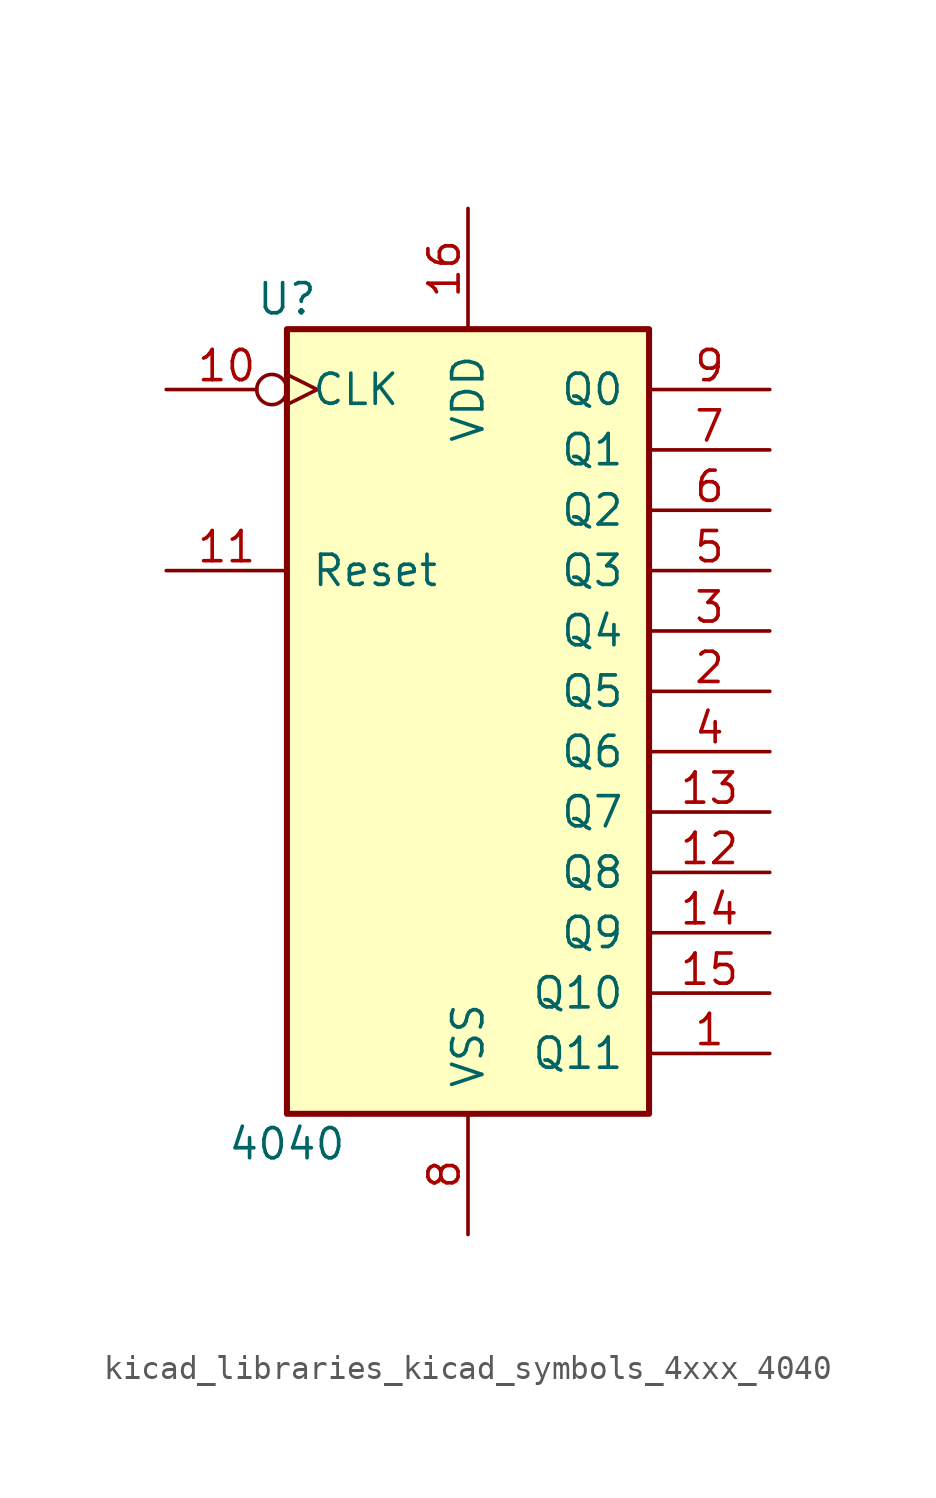
<source format=kicad_sym>
(kicad_symbol_lib
  (version 20220914)
  (generator kicad_symbol_editor)
  (symbol "kicad_libraries_kicad_symbols_4xxx_4040"
    (pin_names
      (offset 1.016))
    (property "Reference" "U"
      (at -7.62 16.51 0)
      (effects (font (size 1.27 1.27))))
    (property "Value" "4040"
      (at -7.62 -19.05 0)
      (effects (font (size 1.27 1.27))))
    (property "ki_locked" ""
      (at 0 0 0)
      (effects (font (size 1.27 1.27))))
    (symbol "kicad_libraries_kicad_symbols_4xxx_4040_1_0"
      (pin output line (at 12.7 -15.24 180) (length 5.08) (name "Q11" (effects (font (size 1.27 1.27)))) (number "1" (effects (font (size 1.27 1.27)))))
      (pin input inverted_clock (at -12.7 12.7 0) (length 5.08) (name "CLK" (effects (font (size 1.27 1.27)))) (number "10" (effects (font (size 1.27 1.27)))))
      (pin input line (at -12.7 5.08 0) (length 5.08) (name "Reset" (effects (font (size 1.27 1.27)))) (number "11" (effects (font (size 1.27 1.27)))))
      (pin output line (at 12.7 -7.62 180) (length 5.08) (name "Q8" (effects (font (size 1.27 1.27)))) (number "12" (effects (font (size 1.27 1.27)))))
      (pin output line (at 12.7 -5.08 180) (length 5.08) (name "Q7" (effects (font (size 1.27 1.27)))) (number "13" (effects (font (size 1.27 1.27)))))
      (pin output line (at 12.7 -10.16 180) (length 5.08) (name "Q9" (effects (font (size 1.27 1.27)))) (number "14" (effects (font (size 1.27 1.27)))))
      (pin output line (at 12.7 -12.7 180) (length 5.08) (name "Q10" (effects (font (size 1.27 1.27)))) (number "15" (effects (font (size 1.27 1.27)))))
      (pin power_in line (at 0 20.32 270) (length 5.08) (name "VDD" (effects (font (size 1.27 1.27)))) (number "16" (effects (font (size 1.27 1.27)))))
      (pin output line (at 12.7 0 180) (length 5.08) (name "Q5" (effects (font (size 1.27 1.27)))) (number "2" (effects (font (size 1.27 1.27)))))
      (pin output line (at 12.7 2.54 180) (length 5.08) (name "Q4" (effects (font (size 1.27 1.27)))) (number "3" (effects (font (size 1.27 1.27)))))
      (pin output line (at 12.7 -2.54 180) (length 5.08) (name "Q6" (effects (font (size 1.27 1.27)))) (number "4" (effects (font (size 1.27 1.27)))))
      (pin output line (at 12.7 5.08 180) (length 5.08) (name "Q3" (effects (font (size 1.27 1.27)))) (number "5" (effects (font (size 1.27 1.27)))))
      (pin output line (at 12.7 7.62 180) (length 5.08) (name "Q2" (effects (font (size 1.27 1.27)))) (number "6" (effects (font (size 1.27 1.27)))))
      (pin output line (at 12.7 10.16 180) (length 5.08) (name "Q1" (effects (font (size 1.27 1.27)))) (number "7" (effects (font (size 1.27 1.27)))))
      (pin power_in line (at 0 -22.86 90) (length 5.08) (name "VSS" (effects (font (size 1.27 1.27)))) (number "8" (effects (font (size 1.27 1.27)))))
      (pin output line (at 12.7 12.7 180) (length 5.08) (name "Q0" (effects (font (size 1.27 1.27)))) (number "9" (effects (font (size 1.27 1.27))))))
    (symbol "kicad_libraries_kicad_symbols_4xxx_4040_1_1"
      (rectangle (start -7.62 15.24) (end 7.62 -17.78) (stroke (width 0.254) (type default)) (fill (type background))))))
</source>
